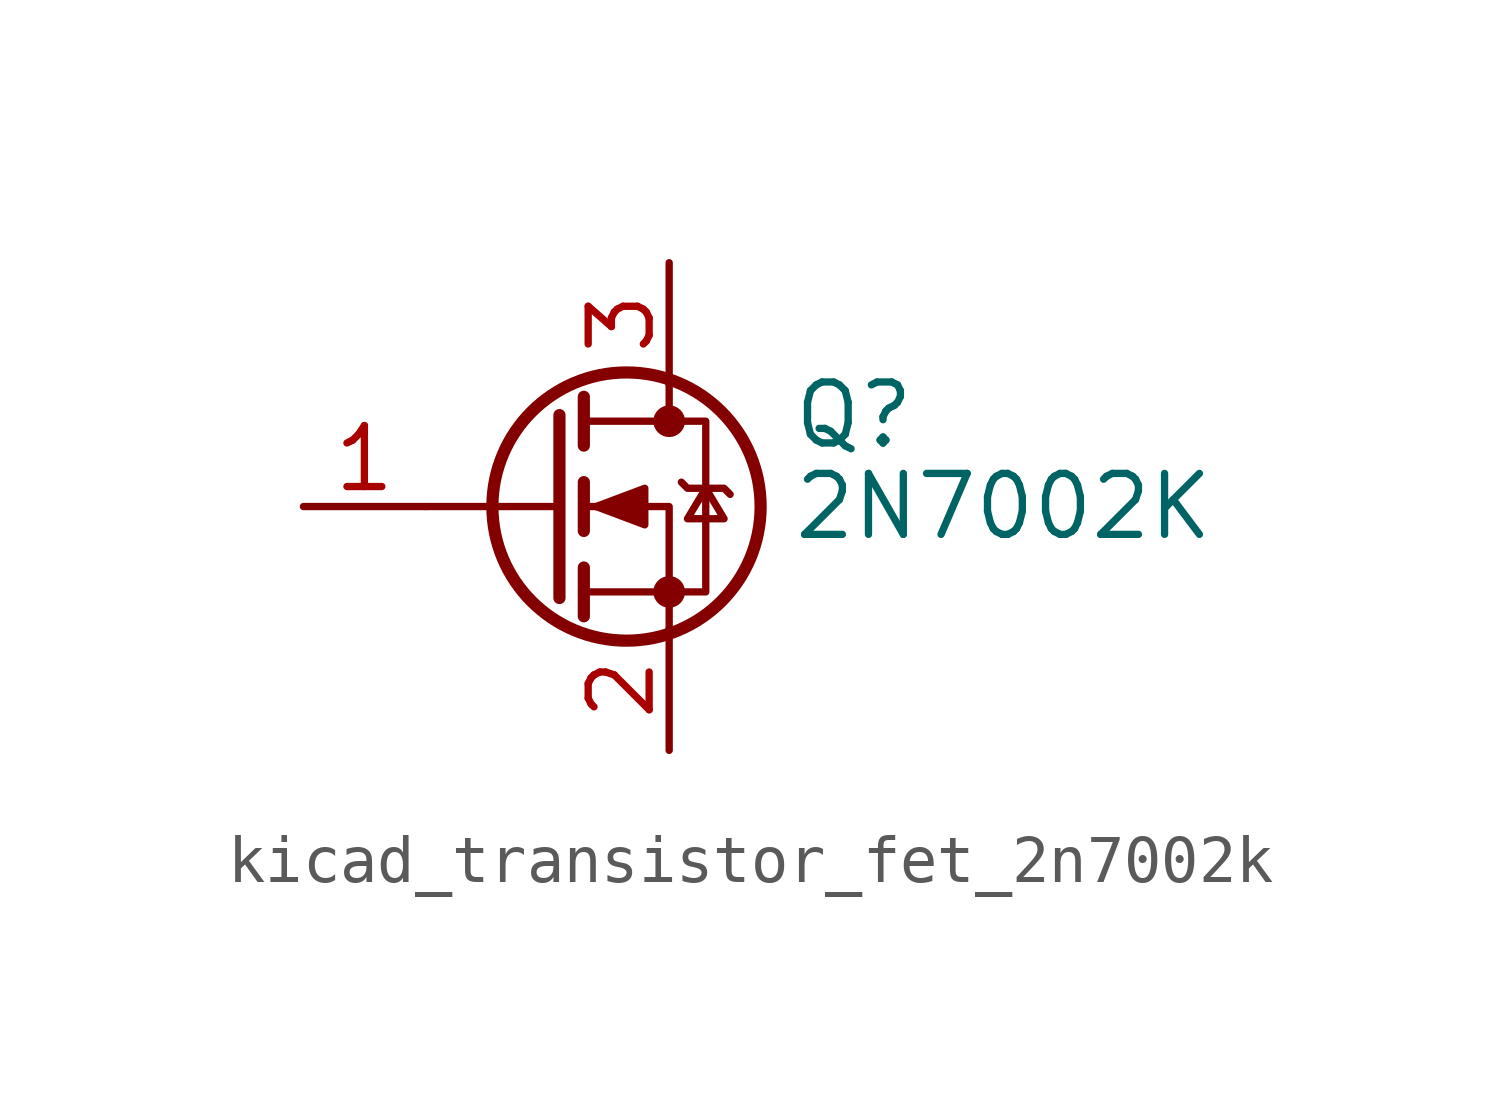
<source format=kicad_sym>
(kicad_symbol_lib
  (version 20220914)
  (generator kicad_symbol_editor)
  (symbol "kicad_transistor_fet_2n7002k"
    (pin_names hide)
    (property "Reference" "Q"
      (at 5.08 1.905 0)
      (effects (font (size 1.27 1.27)) (justify left)))
    (property "Value" "2N7002K"
      (at 5.08 0 0)
      (effects (font (size 1.27 1.27)) (justify left)))
    (symbol "kicad_transistor_fet_2n7002k_0_1"
      (polyline (pts (xy 0.254 0) (xy -2.54 0)) (stroke (width 0) (type default)) (fill (type none)))
      (polyline (pts (xy 0.254 1.905) (xy 0.254 -1.905)) (stroke (width 0.254) (type default)) (fill (type none)))
      (polyline (pts (xy 0.762 -1.27) (xy 0.762 -2.286)) (stroke (width 0.254) (type default)) (fill (type none)))
      (polyline (pts (xy 0.762 0.508) (xy 0.762 -0.508)) (stroke (width 0.254) (type default)) (fill (type none)))
      (polyline (pts (xy 0.762 2.286) (xy 0.762 1.27)) (stroke (width 0.254) (type default)) (fill (type none)))
      (polyline (pts (xy 2.54 2.54) (xy 2.54 1.778)) (stroke (width 0) (type default)) (fill (type none)))
      (polyline (pts (xy 2.54 -2.54) (xy 2.54 0) (xy 0.762 0)) (stroke (width 0) (type default)) (fill (type none)))
      (polyline (pts (xy 0.762 -1.778) (xy 3.302 -1.778) (xy 3.302 1.778) (xy 0.762 1.778)) (stroke (width 0) (type default)) (fill (type none)))
      (polyline (pts (xy 1.016 0) (xy 2.032 0.381) (xy 2.032 -0.381) (xy 1.016 0)) (stroke (width 0) (type default)) (fill (type outline)))
      (polyline (pts (xy 2.794 0.508) (xy 2.921 0.381) (xy 3.683 0.381) (xy 3.81 0.254)) (stroke (width 0) (type default)) (fill (type none)))
      (polyline (pts (xy 3.302 0.381) (xy 2.921 -0.254) (xy 3.683 -0.254) (xy 3.302 0.381)) (stroke (width 0) (type default)) (fill (type none)))
      (circle (center 1.651 0) (radius 2.794) (stroke (width 0.254) (type default)) (fill (type none)))
      (circle (center 2.54 -1.778) (radius 0.254) (stroke (width 0) (type default)) (fill (type outline)))
      (circle (center 2.54 1.778) (radius 0.254) (stroke (width 0) (type default)) (fill (type outline))))
    (symbol "kicad_transistor_fet_2n7002k_1_1"
      (pin input line (at -5.08 0 0) (length 2.54) (name "G" (effects (font (size 1.27 1.27)))) (number "1" (effects (font (size 1.27 1.27)))))
      (pin passive line (at 2.54 -5.08 90) (length 2.54) (name "S" (effects (font (size 1.27 1.27)))) (number "2" (effects (font (size 1.27 1.27)))))
      (pin passive line (at 2.54 5.08 270) (length 2.54) (name "D" (effects (font (size 1.27 1.27)))) (number "3" (effects (font (size 1.27 1.27))))))))
</source>
